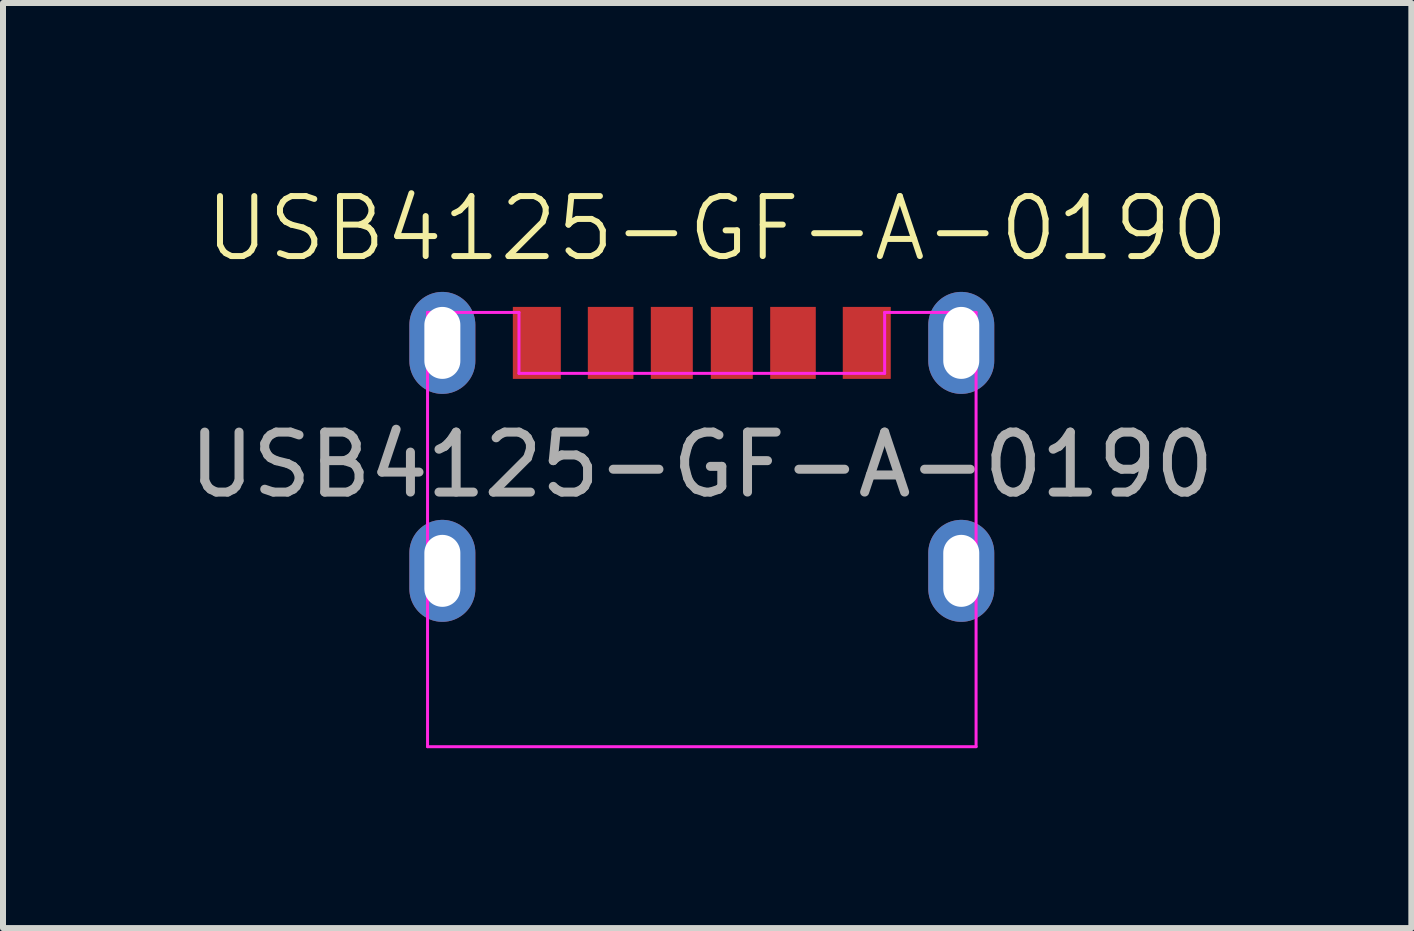
<source format=kicad_pcb>
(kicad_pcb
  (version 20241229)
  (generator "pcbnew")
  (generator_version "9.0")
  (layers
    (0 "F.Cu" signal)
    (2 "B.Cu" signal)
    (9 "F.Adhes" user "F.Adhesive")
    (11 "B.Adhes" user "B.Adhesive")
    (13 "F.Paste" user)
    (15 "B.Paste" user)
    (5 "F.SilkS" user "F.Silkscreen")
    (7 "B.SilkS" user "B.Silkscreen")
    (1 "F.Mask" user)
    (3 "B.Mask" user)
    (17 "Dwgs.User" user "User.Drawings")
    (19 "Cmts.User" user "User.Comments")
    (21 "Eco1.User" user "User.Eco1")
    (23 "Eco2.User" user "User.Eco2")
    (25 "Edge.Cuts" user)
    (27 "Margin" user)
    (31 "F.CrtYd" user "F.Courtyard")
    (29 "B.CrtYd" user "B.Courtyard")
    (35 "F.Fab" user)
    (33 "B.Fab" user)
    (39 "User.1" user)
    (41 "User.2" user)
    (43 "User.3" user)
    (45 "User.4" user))
  (footprint "USB4125-GF-A-0190"
    (layer "F.Cu")
    (at 8.649 2.666)
    (property "Reference" "USB4125-GF-A-0190" (at 0.254 -1.905 0) (unlocked yes) (layer "F.SilkS") (effects (font (size 1 1) (thickness 0.1))))
    (fp_line (start -4.572 -0.508) (end -4.572 6.731) (stroke (width 0.05) (type default)) (layer "F.CrtYd"))
    (fp_line (start -4.572 -0.508) (end -3.048 -0.508) (stroke (width 0.05) (type default)) (layer "F.CrtYd"))
    (fp_line (start -4.572 6.731) (end 4.572 6.731) (stroke (width 0.05) (type default)) (layer "F.CrtYd"))
    (fp_line (start -3.048 -0.508) (end -3.048 0.508) (stroke (width 0.05) (type default)) (layer "F.CrtYd"))
    (fp_line (start -3.048 0.508) (end 3.048 0.508) (stroke (width 0.05) (type default)) (layer "F.CrtYd"))
    (fp_line (start 3.048 -0.508) (end 4.572 -0.508) (stroke (width 0.05) (type default)) (layer "F.CrtYd"))
    (fp_line (start 3.048 0.508) (end 3.048 -0.508) (stroke (width 0.05) (type default)) (layer "F.CrtYd"))
    (fp_line (start 4.572 -0.508) (end 4.572 6.731) (stroke (width 0.05) (type default)) (layer "F.CrtYd"))
    (fp_text user "${REFERENCE}" (at 0 2.032 0) (unlocked yes) (layer "F.Fab") (effects (font (size 1 1) (thickness 0.15))))
    (pad "A5" smd rect (at -0.5 0) (size 0.7 1.2) (layers "F.Cu" "F.Mask" "F.Paste"))
    (pad "A9" smd rect (at 1.52 0) (size 0.76 1.2) (layers "F.Cu" "F.Mask" "F.Paste"))
    (pad "A12" smd rect (at 2.75 0) (size 0.8 1.2) (layers "F.Cu" "F.Mask" "F.Paste"))
    (pad "B5" smd rect (at 0.5 0) (size 0.7 1.2) (layers "F.Cu" "F.Mask" "F.Paste"))
    (pad "B9" smd rect (at -1.52 0) (size 0.76 1.2) (layers "F.Cu" "F.Mask" "F.Paste"))
    (pad "B12" smd rect (at -2.75 0) (size 0.8 1.2) (layers "F.Cu" "F.Mask" "F.Paste"))
    (pad "S1" thru_hole oval (at -4.325 0 90) (size 1.7 1.1) (drill oval 1.2 0.6) (layers "*.Cu" "*.Mask"))
    (pad "S1" thru_hole oval (at -4.325 3.8 90) (size 1.7 1.1) (drill oval 1.2 0.6) (layers "*.Cu" "*.Mask"))
    (pad "S1" thru_hole oval (at 4.325 0 90) (size 1.7 1.1) (drill oval 1.2 0.6) (layers "*.Cu" "*.Mask"))
    (pad "S1" thru_hole oval (at 4.325 3.8 90) (size 1.7 1.1) (drill oval 1.2 0.6) (layers "*.Cu" "*.Mask")))
  (gr_rect
    (start -3 -3)
    (end 20.477 12.421)
    (stroke (width 0.1) (type default))
    (fill no)
    (layer "Edge.Cuts")))
</source>
